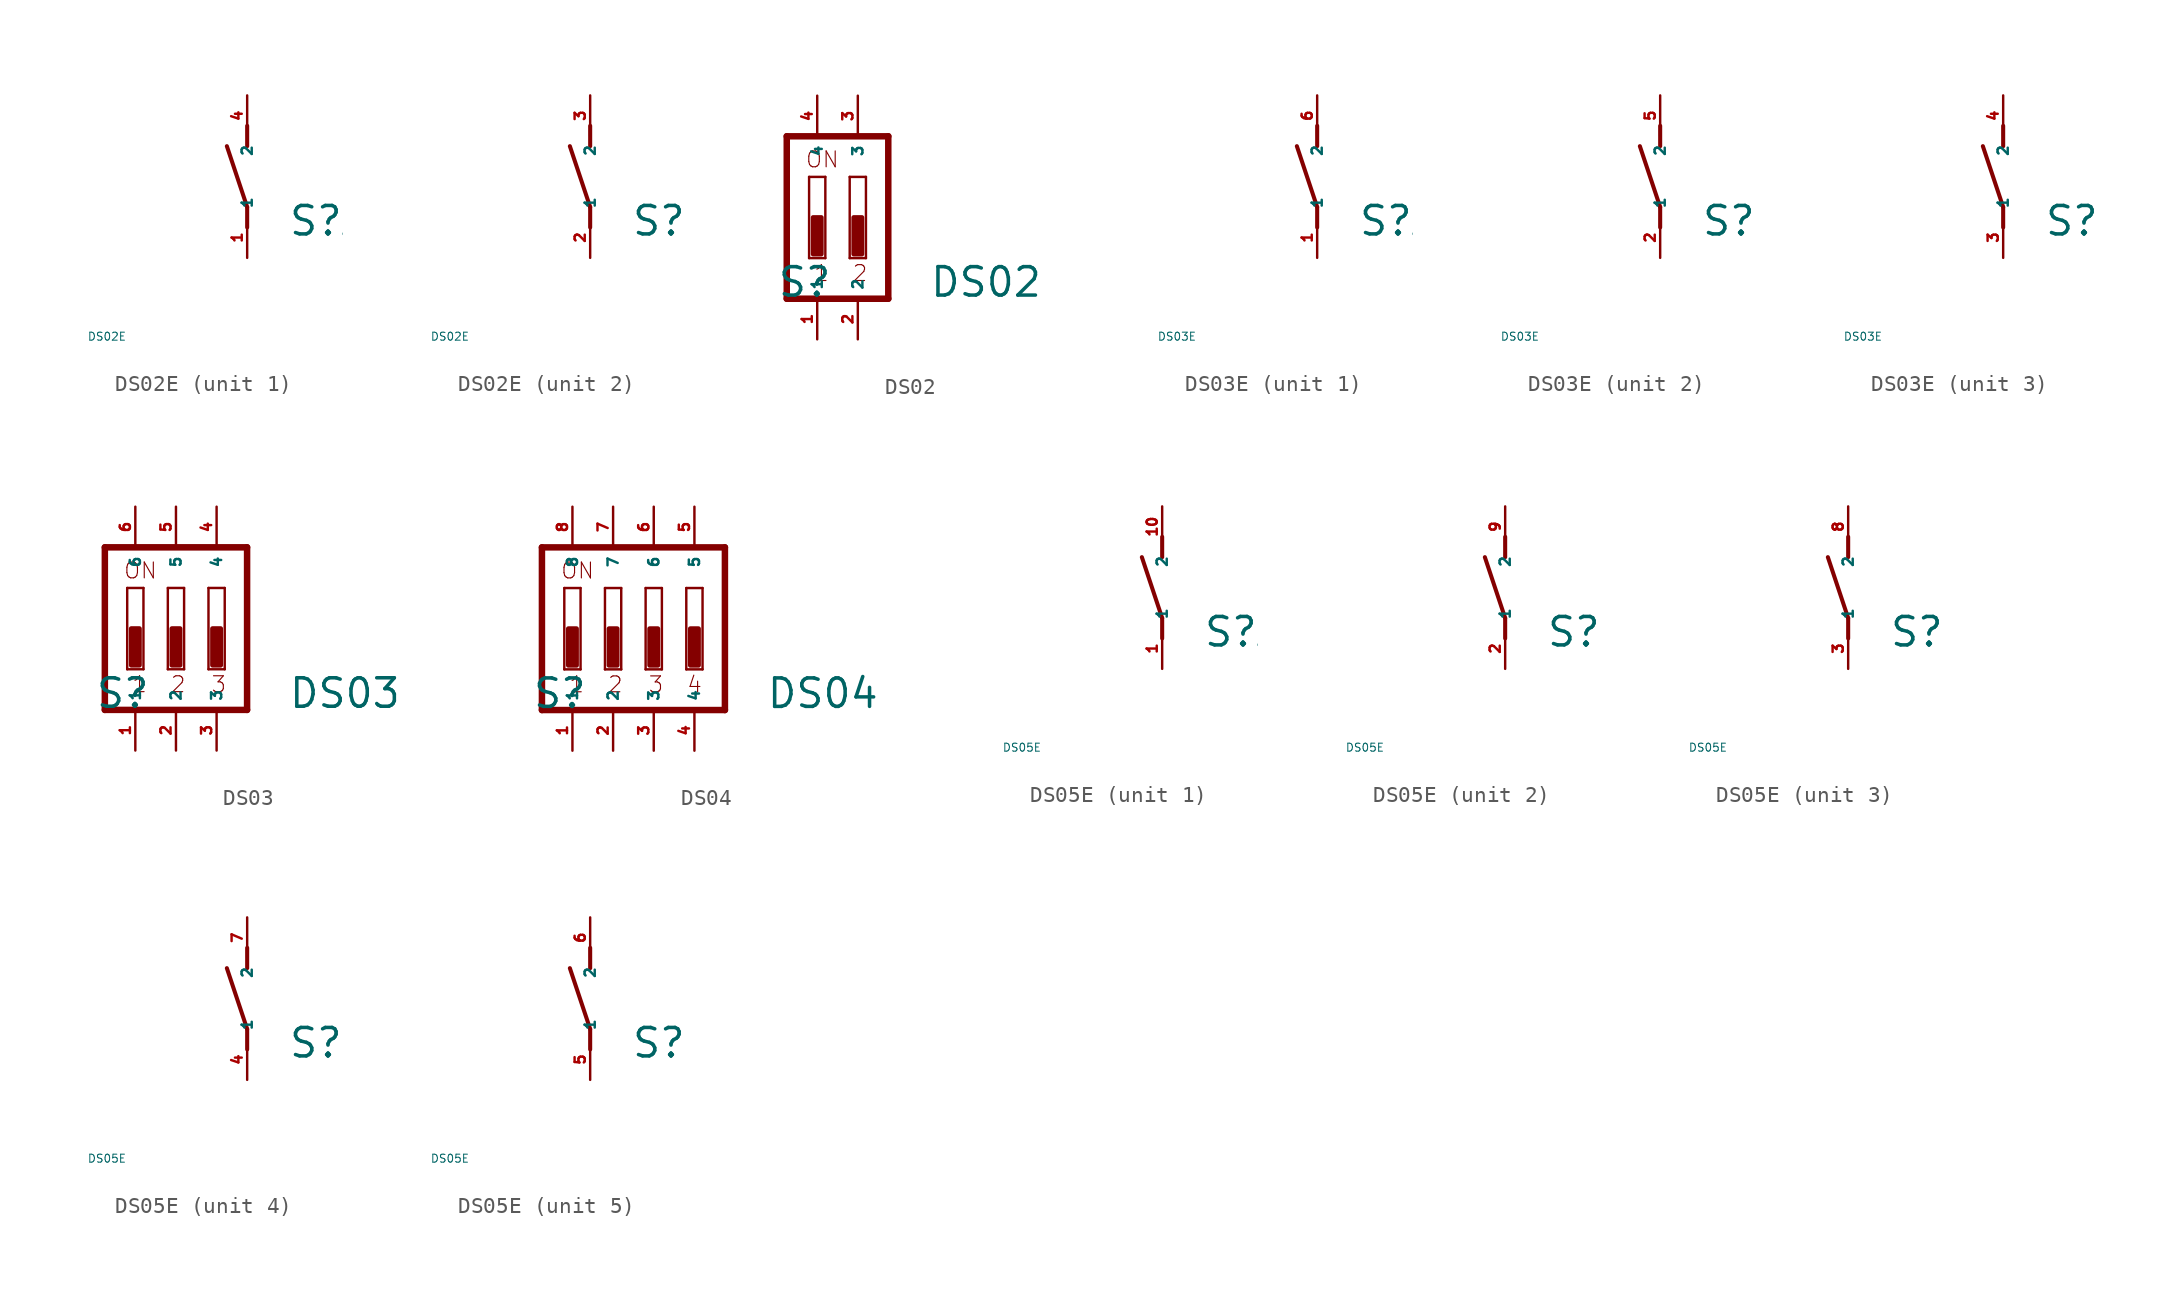
<source format=kicad_sym>
(kicad_symbol_lib
  (version 20220914)
  (generator Eagle2Kicad)
  (symbol "DS02E"
    (property "Reference" "S"
      (at 2.54 -3.81 0)
      (effects (font (size 1.778 1.778) (thickness 0.22)) (justify left bottom)))
    (property "Value" "DS02E"
      (at -10 -10 0)
      (effects (font (size 0.5 0.5) (thickness 0.06)) (justify left)))
    (symbol "DS02E_1_0"
      (polyline (pts (xy 0 -3.175) (xy 0 -1.905)) (stroke (width 0.254) (type default)) (fill (type none)))
      (polyline (pts (xy 0 -1.905) (xy -1.27 1.905)) (stroke (width 0.254) (type default)) (fill (type none)))
      (polyline (pts (xy 0 1.905) (xy 0 3.175)) (stroke (width 0.254) (type default)) (fill (type none)))
      (pin passive line (at 0 -5.08 90) (length 2.54) (name "1" (effects (font (size 0.635 0.635) (thickness 0.08)) (justify left bottom))) (number "1" (effects (font (size 0.635 0.635) (thickness 0.08)) (justify left bottom))))
      (pin passive line (at 0 5.08 270) (length 2.54) (name "2" (effects (font (size 0.635 0.635) (thickness 0.08)) (justify left bottom))) (number "4" (effects (font (size 0.635 0.635) (thickness 0.08)) (justify left bottom)))))
    (symbol "DS02E_2_0"
      (polyline (pts (xy 0 -3.175) (xy 0 -1.905)) (stroke (width 0.254) (type default)) (fill (type none)))
      (polyline (pts (xy 0 -1.905) (xy -1.27 1.905)) (stroke (width 0.254) (type default)) (fill (type none)))
      (polyline (pts (xy 0 1.905) (xy 0 3.175)) (stroke (width 0.254) (type default)) (fill (type none)))
      (pin passive line (at 0 -5.08 90) (length 2.54) (name "1" (effects (font (size 0.635 0.635) (thickness 0.08)) (justify left bottom))) (number "2" (effects (font (size 0.635 0.635) (thickness 0.08)) (justify left bottom))))
      (pin passive line (at 0 5.08 270) (length 2.54) (name "2" (effects (font (size 0.635 0.635) (thickness 0.08)) (justify left bottom))) (number "3" (effects (font (size 0.635 0.635) (thickness 0.08)) (justify left bottom))))))
  (symbol "DS02"
    (property "Reference" "S"
      (at -2.54 -5.08 0)
      (effects (font (size 1.778 1.778) (thickness 0.22)) (justify left bottom)))
    (property "Value" "DS02"
      (at 6.985 -5.08 0)
      (effects (font (size 1.778 1.778) (thickness 0.22)) (justify left bottom)))
    (polyline
      (pts (xy -1.905 5.08) (xy -1.905 -5.08))
      (stroke (width 0.406) (type default))
      (fill (type none)))
    (polyline
      (pts (xy -1.905 5.08) (xy 4.445 5.08))
      (stroke (width 0.406) (type default))
      (fill (type none)))
    (polyline
      (pts (xy 4.445 -5.08) (xy 4.445 5.08))
      (stroke (width 0.406) (type default))
      (fill (type none)))
    (polyline
      (pts (xy 4.445 -5.08) (xy -1.905 -5.08))
      (stroke (width 0.406) (type default))
      (fill (type none)))
    (polyline
      (pts (xy 0.508 -2.54) (xy -0.508 -2.54))
      (stroke (width 0.152) (type default))
      (fill (type none)))
    (polyline
      (pts (xy -0.508 2.54) (xy 0.508 2.54))
      (stroke (width 0.152) (type default))
      (fill (type none)))
    (polyline
      (pts (xy 0.508 2.54) (xy 0.508 -2.54))
      (stroke (width 0.152) (type default))
      (fill (type none)))
    (polyline
      (pts (xy -0.508 -2.54) (xy -0.508 2.54))
      (stroke (width 0.152) (type default))
      (fill (type none)))
    (polyline
      (pts (xy 3.048 -2.54) (xy 2.032 -2.54))
      (stroke (width 0.152) (type default))
      (fill (type none)))
    (polyline
      (pts (xy 2.032 2.54) (xy 3.048 2.54))
      (stroke (width 0.152) (type default))
      (fill (type none)))
    (polyline
      (pts (xy 3.048 2.54) (xy 3.048 -2.54))
      (stroke (width 0.152) (type default))
      (fill (type none)))
    (polyline
      (pts (xy 2.032 -2.54) (xy 2.032 2.54))
      (stroke (width 0.152) (type default))
      (fill (type none)))
    (text "1"
      (at -0.254 -4.064 0)
      (effects (font (size 0.991 0.991) (thickness 0.07)) (justify left bottom)))
    (text "2"
      (at 2.159 -4.064 0)
      (effects (font (size 0.991 0.991) (thickness 0.07)) (justify left bottom)))
    (text "ON"
      (at -0.762 3.048 0)
      (effects (font (size 0.991 0.991) (thickness 0.07)) (justify left bottom)))
    (rectangle
      (start -0.254 -2.286)
      (end 0.254 0)
      (stroke (width 0.3) (type default))
      (fill (type outline)))
    (rectangle
      (start 2.286 -2.286)
      (end 2.794 0)
      (stroke (width 0.3) (type default))
      (fill (type outline)))
    (pin passive line
      (at 2.54 7.62 270)
      (length 2.54)
      (name "3" (effects (font (size 0.635 0.635) (thickness 0.08)) (justify left bottom)))
      (number "3" (effects (font (size 0.635 0.635) (thickness 0.08)) (justify left bottom))))
    (pin passive line
      (at 0 7.62 270)
      (length 2.54)
      (name "4" (effects (font (size 0.635 0.635) (thickness 0.08)) (justify left bottom)))
      (number "4" (effects (font (size 0.635 0.635) (thickness 0.08)) (justify left bottom))))
    (pin passive line
      (at 0 -7.62 90)
      (length 2.54)
      (name "1" (effects (font (size 0.635 0.635) (thickness 0.08)) (justify left bottom)))
      (number "1" (effects (font (size 0.635 0.635) (thickness 0.08)) (justify left bottom))))
    (pin passive line
      (at 2.54 -7.62 90)
      (length 2.54)
      (name "2" (effects (font (size 0.635 0.635) (thickness 0.08)) (justify left bottom)))
      (number "2" (effects (font (size 0.635 0.635) (thickness 0.08)) (justify left bottom)))))
  (symbol "DS03E"
    (property "Reference" "S"
      (at 2.54 -3.81 0)
      (effects (font (size 1.778 1.778) (thickness 0.22)) (justify left bottom)))
    (property "Value" "DS03E"
      (at -10 -10 0)
      (effects (font (size 0.5 0.5) (thickness 0.06)) (justify left)))
    (symbol "DS03E_1_0"
      (polyline (pts (xy 0 -3.175) (xy 0 -1.905)) (stroke (width 0.254) (type default)) (fill (type none)))
      (polyline (pts (xy 0 -1.905) (xy -1.27 1.905)) (stroke (width 0.254) (type default)) (fill (type none)))
      (polyline (pts (xy 0 1.905) (xy 0 3.175)) (stroke (width 0.254) (type default)) (fill (type none)))
      (pin passive line (at 0 -5.08 90) (length 2.54) (name "1" (effects (font (size 0.635 0.635) (thickness 0.08)) (justify left bottom))) (number "1" (effects (font (size 0.635 0.635) (thickness 0.08)) (justify left bottom))))
      (pin passive line (at 0 5.08 270) (length 2.54) (name "2" (effects (font (size 0.635 0.635) (thickness 0.08)) (justify left bottom))) (number "6" (effects (font (size 0.635 0.635) (thickness 0.08)) (justify left bottom)))))
    (symbol "DS03E_2_0"
      (polyline (pts (xy 0 -3.175) (xy 0 -1.905)) (stroke (width 0.254) (type default)) (fill (type none)))
      (polyline (pts (xy 0 -1.905) (xy -1.27 1.905)) (stroke (width 0.254) (type default)) (fill (type none)))
      (polyline (pts (xy 0 1.905) (xy 0 3.175)) (stroke (width 0.254) (type default)) (fill (type none)))
      (pin passive line (at 0 -5.08 90) (length 2.54) (name "1" (effects (font (size 0.635 0.635) (thickness 0.08)) (justify left bottom))) (number "2" (effects (font (size 0.635 0.635) (thickness 0.08)) (justify left bottom))))
      (pin passive line (at 0 5.08 270) (length 2.54) (name "2" (effects (font (size 0.635 0.635) (thickness 0.08)) (justify left bottom))) (number "5" (effects (font (size 0.635 0.635) (thickness 0.08)) (justify left bottom)))))
    (symbol "DS03E_3_0"
      (polyline (pts (xy 0 -3.175) (xy 0 -1.905)) (stroke (width 0.254) (type default)) (fill (type none)))
      (polyline (pts (xy 0 -1.905) (xy -1.27 1.905)) (stroke (width 0.254) (type default)) (fill (type none)))
      (polyline (pts (xy 0 1.905) (xy 0 3.175)) (stroke (width 0.254) (type default)) (fill (type none)))
      (pin passive line (at 0 -5.08 90) (length 2.54) (name "1" (effects (font (size 0.635 0.635) (thickness 0.08)) (justify left bottom))) (number "3" (effects (font (size 0.635 0.635) (thickness 0.08)) (justify left bottom))))
      (pin passive line (at 0 5.08 270) (length 2.54) (name "2" (effects (font (size 0.635 0.635) (thickness 0.08)) (justify left bottom))) (number "4" (effects (font (size 0.635 0.635) (thickness 0.08)) (justify left bottom))))))
  (symbol "DS03"
    (property "Reference" "S"
      (at -5.08 -5.08 0)
      (effects (font (size 1.778 1.778) (thickness 0.22)) (justify left bottom)))
    (property "Value" "DS03"
      (at 6.985 -5.08 0)
      (effects (font (size 1.778 1.778) (thickness 0.22)) (justify left bottom)))
    (polyline
      (pts (xy 4.445 5.08) (xy 4.445 -5.08))
      (stroke (width 0.406) (type default))
      (fill (type none)))
    (polyline
      (pts (xy 4.445 5.08) (xy -4.445 5.08))
      (stroke (width 0.406) (type default))
      (fill (type none)))
    (polyline
      (pts (xy -4.445 5.08) (xy -4.445 -5.08))
      (stroke (width 0.406) (type default))
      (fill (type none)))
    (polyline
      (pts (xy -4.445 -5.08) (xy 4.445 -5.08))
      (stroke (width 0.406) (type default))
      (fill (type none)))
    (polyline
      (pts (xy -2.032 -2.54) (xy -3.048 -2.54))
      (stroke (width 0.152) (type default))
      (fill (type none)))
    (polyline
      (pts (xy -3.048 2.54) (xy -2.032 2.54))
      (stroke (width 0.152) (type default))
      (fill (type none)))
    (polyline
      (pts (xy -2.032 2.54) (xy -2.032 -2.54))
      (stroke (width 0.152) (type default))
      (fill (type none)))
    (polyline
      (pts (xy -3.048 -2.54) (xy -3.048 2.54))
      (stroke (width 0.152) (type default))
      (fill (type none)))
    (polyline
      (pts (xy 0.508 -2.54) (xy -0.508 -2.54))
      (stroke (width 0.152) (type default))
      (fill (type none)))
    (polyline
      (pts (xy -0.508 2.54) (xy 0.508 2.54))
      (stroke (width 0.152) (type default))
      (fill (type none)))
    (polyline
      (pts (xy 0.508 2.54) (xy 0.508 -2.54))
      (stroke (width 0.152) (type default))
      (fill (type none)))
    (polyline
      (pts (xy -0.508 -2.54) (xy -0.508 2.54))
      (stroke (width 0.152) (type default))
      (fill (type none)))
    (polyline
      (pts (xy 3.048 -2.54) (xy 2.032 -2.54))
      (stroke (width 0.152) (type default))
      (fill (type none)))
    (polyline
      (pts (xy 2.032 2.54) (xy 3.048 2.54))
      (stroke (width 0.152) (type default))
      (fill (type none)))
    (polyline
      (pts (xy 3.048 2.54) (xy 3.048 -2.54))
      (stroke (width 0.152) (type default))
      (fill (type none)))
    (polyline
      (pts (xy 2.032 -2.54) (xy 2.032 2.54))
      (stroke (width 0.152) (type default))
      (fill (type none)))
    (text "1"
      (at -2.794 -4.064 0)
      (effects (font (size 0.991 0.991) (thickness 0.07)) (justify left bottom)))
    (text "2"
      (at -0.381 -4.064 0)
      (effects (font (size 0.991 0.991) (thickness 0.07)) (justify left bottom)))
    (text "3"
      (at 2.159 -4.064 0)
      (effects (font (size 0.991 0.991) (thickness 0.07)) (justify left bottom)))
    (text "ON"
      (at -3.302 3.048 0)
      (effects (font (size 0.991 0.991) (thickness 0.07)) (justify left bottom)))
    (rectangle
      (start -2.794 -2.286)
      (end -2.286 0)
      (stroke (width 0.3) (type default))
      (fill (type outline)))
    (rectangle
      (start -0.254 -2.286)
      (end 0.254 0)
      (stroke (width 0.3) (type default))
      (fill (type outline)))
    (rectangle
      (start 2.286 -2.286)
      (end 2.794 0)
      (stroke (width 0.3) (type default))
      (fill (type outline)))
    (pin passive line
      (at 2.54 7.62 270)
      (length 2.54)
      (name "4" (effects (font (size 0.635 0.635) (thickness 0.08)) (justify left bottom)))
      (number "4" (effects (font (size 0.635 0.635) (thickness 0.08)) (justify left bottom))))
    (pin passive line
      (at 0 7.62 270)
      (length 2.54)
      (name "5" (effects (font (size 0.635 0.635) (thickness 0.08)) (justify left bottom)))
      (number "5" (effects (font (size 0.635 0.635) (thickness 0.08)) (justify left bottom))))
    (pin passive line
      (at -2.54 7.62 270)
      (length 2.54)
      (name "6" (effects (font (size 0.635 0.635) (thickness 0.08)) (justify left bottom)))
      (number "6" (effects (font (size 0.635 0.635) (thickness 0.08)) (justify left bottom))))
    (pin passive line
      (at -2.54 -7.62 90)
      (length 2.54)
      (name "1" (effects (font (size 0.635 0.635) (thickness 0.08)) (justify left bottom)))
      (number "1" (effects (font (size 0.635 0.635) (thickness 0.08)) (justify left bottom))))
    (pin passive line
      (at 0 -7.62 90)
      (length 2.54)
      (name "2" (effects (font (size 0.635 0.635) (thickness 0.08)) (justify left bottom)))
      (number "2" (effects (font (size 0.635 0.635) (thickness 0.08)) (justify left bottom))))
    (pin passive line
      (at 2.54 -7.62 90)
      (length 2.54)
      (name "3" (effects (font (size 0.635 0.635) (thickness 0.08)) (justify left bottom)))
      (number "3" (effects (font (size 0.635 0.635) (thickness 0.08)) (justify left bottom)))))
  (symbol "DS04"
    (property "Reference" "S"
      (at -5.08 -5.08 0)
      (effects (font (size 1.778 1.778) (thickness 0.22)) (justify left bottom)))
    (property "Value" "DS04"
      (at 9.525 -5.08 0)
      (effects (font (size 1.778 1.778) (thickness 0.22)) (justify left bottom)))
    (polyline
      (pts (xy 6.985 5.08) (xy -4.445 5.08))
      (stroke (width 0.406) (type default))
      (fill (type none)))
    (polyline
      (pts (xy -4.445 5.08) (xy -4.445 -5.08))
      (stroke (width 0.406) (type default))
      (fill (type none)))
    (polyline
      (pts (xy -4.445 -5.08) (xy 6.985 -5.08))
      (stroke (width 0.406) (type default))
      (fill (type none)))
    (polyline
      (pts (xy 6.985 -5.08) (xy 6.985 5.08))
      (stroke (width 0.406) (type default))
      (fill (type none)))
    (polyline
      (pts (xy -2.032 -2.54) (xy -3.048 -2.54))
      (stroke (width 0.152) (type default))
      (fill (type none)))
    (polyline
      (pts (xy -3.048 2.54) (xy -2.032 2.54))
      (stroke (width 0.152) (type default))
      (fill (type none)))
    (polyline
      (pts (xy -2.032 2.54) (xy -2.032 -2.54))
      (stroke (width 0.152) (type default))
      (fill (type none)))
    (polyline
      (pts (xy -3.048 -2.54) (xy -3.048 2.54))
      (stroke (width 0.152) (type default))
      (fill (type none)))
    (polyline
      (pts (xy 0.508 -2.54) (xy -0.508 -2.54))
      (stroke (width 0.152) (type default))
      (fill (type none)))
    (polyline
      (pts (xy -0.508 2.54) (xy 0.508 2.54))
      (stroke (width 0.152) (type default))
      (fill (type none)))
    (polyline
      (pts (xy 0.508 2.54) (xy 0.508 -2.54))
      (stroke (width 0.152) (type default))
      (fill (type none)))
    (polyline
      (pts (xy -0.508 -2.54) (xy -0.508 2.54))
      (stroke (width 0.152) (type default))
      (fill (type none)))
    (polyline
      (pts (xy 3.048 -2.54) (xy 2.032 -2.54))
      (stroke (width 0.152) (type default))
      (fill (type none)))
    (polyline
      (pts (xy 2.032 2.54) (xy 3.048 2.54))
      (stroke (width 0.152) (type default))
      (fill (type none)))
    (polyline
      (pts (xy 3.048 2.54) (xy 3.048 -2.54))
      (stroke (width 0.152) (type default))
      (fill (type none)))
    (polyline
      (pts (xy 2.032 -2.54) (xy 2.032 2.54))
      (stroke (width 0.152) (type default))
      (fill (type none)))
    (polyline
      (pts (xy 5.588 -2.54) (xy 4.572 -2.54))
      (stroke (width 0.152) (type default))
      (fill (type none)))
    (polyline
      (pts (xy 4.572 2.54) (xy 5.588 2.54))
      (stroke (width 0.152) (type default))
      (fill (type none)))
    (polyline
      (pts (xy 5.588 2.54) (xy 5.588 -2.54))
      (stroke (width 0.152) (type default))
      (fill (type none)))
    (polyline
      (pts (xy 4.572 -2.54) (xy 4.572 2.54))
      (stroke (width 0.152) (type default))
      (fill (type none)))
    (text "1"
      (at -2.794 -4.064 0)
      (effects (font (size 0.991 0.991) (thickness 0.07)) (justify left bottom)))
    (text "2"
      (at -0.381 -4.064 0)
      (effects (font (size 0.991 0.991) (thickness 0.07)) (justify left bottom)))
    (text "3"
      (at 2.159 -4.064 0)
      (effects (font (size 0.991 0.991) (thickness 0.07)) (justify left bottom)))
    (text "4"
      (at 4.572 -4.064 0)
      (effects (font (size 0.991 0.991) (thickness 0.07)) (justify left bottom)))
    (text "ON"
      (at -3.302 3.048 0)
      (effects (font (size 0.991 0.991) (thickness 0.07)) (justify left bottom)))
    (rectangle
      (start -2.794 -2.286)
      (end -2.286 0)
      (stroke (width 0.3) (type default))
      (fill (type outline)))
    (rectangle
      (start -0.254 -2.286)
      (end 0.254 0)
      (stroke (width 0.3) (type default))
      (fill (type outline)))
    (rectangle
      (start 2.286 -2.286)
      (end 2.794 0)
      (stroke (width 0.3) (type default))
      (fill (type outline)))
    (rectangle
      (start 4.826 -2.286)
      (end 5.334 0)
      (stroke (width 0.3) (type default))
      (fill (type outline)))
    (pin passive line
      (at 5.08 7.62 270)
      (length 2.54)
      (name "5" (effects (font (size 0.635 0.635) (thickness 0.08)) (justify left bottom)))
      (number "5" (effects (font (size 0.635 0.635) (thickness 0.08)) (justify left bottom))))
    (pin passive line
      (at 2.54 7.62 270)
      (length 2.54)
      (name "6" (effects (font (size 0.635 0.635) (thickness 0.08)) (justify left bottom)))
      (number "6" (effects (font (size 0.635 0.635) (thickness 0.08)) (justify left bottom))))
    (pin passive line
      (at 0 7.62 270)
      (length 2.54)
      (name "7" (effects (font (size 0.635 0.635) (thickness 0.08)) (justify left bottom)))
      (number "7" (effects (font (size 0.635 0.635) (thickness 0.08)) (justify left bottom))))
    (pin passive line
      (at -2.54 7.62 270)
      (length 2.54)
      (name "8" (effects (font (size 0.635 0.635) (thickness 0.08)) (justify left bottom)))
      (number "8" (effects (font (size 0.635 0.635) (thickness 0.08)) (justify left bottom))))
    (pin passive line
      (at -2.54 -7.62 90)
      (length 2.54)
      (name "1" (effects (font (size 0.635 0.635) (thickness 0.08)) (justify left bottom)))
      (number "1" (effects (font (size 0.635 0.635) (thickness 0.08)) (justify left bottom))))
    (pin passive line
      (at 0 -7.62 90)
      (length 2.54)
      (name "2" (effects (font (size 0.635 0.635) (thickness 0.08)) (justify left bottom)))
      (number "2" (effects (font (size 0.635 0.635) (thickness 0.08)) (justify left bottom))))
    (pin passive line
      (at 2.54 -7.62 90)
      (length 2.54)
      (name "3" (effects (font (size 0.635 0.635) (thickness 0.08)) (justify left bottom)))
      (number "3" (effects (font (size 0.635 0.635) (thickness 0.08)) (justify left bottom))))
    (pin passive line
      (at 5.08 -7.62 90)
      (length 2.54)
      (name "4" (effects (font (size 0.635 0.635) (thickness 0.08)) (justify left bottom)))
      (number "4" (effects (font (size 0.635 0.635) (thickness 0.08)) (justify left bottom)))))
  (symbol "DS05E"
    (property "Reference" "S"
      (at 2.54 -3.81 0)
      (effects (font (size 1.778 1.778) (thickness 0.22)) (justify left bottom)))
    (property "Value" "DS05E"
      (at -10 -10 0)
      (effects (font (size 0.5 0.5) (thickness 0.06)) (justify left)))
    (symbol "DS05E_1_0"
      (polyline (pts (xy 0 -3.175) (xy 0 -1.905)) (stroke (width 0.254) (type default)) (fill (type none)))
      (polyline (pts (xy 0 -1.905) (xy -1.27 1.905)) (stroke (width 0.254) (type default)) (fill (type none)))
      (polyline (pts (xy 0 1.905) (xy 0 3.175)) (stroke (width 0.254) (type default)) (fill (type none)))
      (pin passive line (at 0 -5.08 90) (length 2.54) (name "1" (effects (font (size 0.635 0.635) (thickness 0.08)) (justify left bottom))) (number "1" (effects (font (size 0.635 0.635) (thickness 0.08)) (justify left bottom))))
      (pin passive line (at 0 5.08 270) (length 2.54) (name "2" (effects (font (size 0.635 0.635) (thickness 0.08)) (justify left bottom))) (number "10" (effects (font (size 0.635 0.635) (thickness 0.08)) (justify left bottom)))))
    (symbol "DS05E_2_0"
      (polyline (pts (xy 0 -3.175) (xy 0 -1.905)) (stroke (width 0.254) (type default)) (fill (type none)))
      (polyline (pts (xy 0 -1.905) (xy -1.27 1.905)) (stroke (width 0.254) (type default)) (fill (type none)))
      (polyline (pts (xy 0 1.905) (xy 0 3.175)) (stroke (width 0.254) (type default)) (fill (type none)))
      (pin passive line (at 0 -5.08 90) (length 2.54) (name "1" (effects (font (size 0.635 0.635) (thickness 0.08)) (justify left bottom))) (number "2" (effects (font (size 0.635 0.635) (thickness 0.08)) (justify left bottom))))
      (pin passive line (at 0 5.08 270) (length 2.54) (name "2" (effects (font (size 0.635 0.635) (thickness 0.08)) (justify left bottom))) (number "9" (effects (font (size 0.635 0.635) (thickness 0.08)) (justify left bottom)))))
    (symbol "DS05E_3_0"
      (polyline (pts (xy 0 -3.175) (xy 0 -1.905)) (stroke (width 0.254) (type default)) (fill (type none)))
      (polyline (pts (xy 0 -1.905) (xy -1.27 1.905)) (stroke (width 0.254) (type default)) (fill (type none)))
      (polyline (pts (xy 0 1.905) (xy 0 3.175)) (stroke (width 0.254) (type default)) (fill (type none)))
      (pin passive line (at 0 -5.08 90) (length 2.54) (name "1" (effects (font (size 0.635 0.635) (thickness 0.08)) (justify left bottom))) (number "3" (effects (font (size 0.635 0.635) (thickness 0.08)) (justify left bottom))))
      (pin passive line (at 0 5.08 270) (length 2.54) (name "2" (effects (font (size 0.635 0.635) (thickness 0.08)) (justify left bottom))) (number "8" (effects (font (size 0.635 0.635) (thickness 0.08)) (justify left bottom)))))
    (symbol "DS05E_4_0"
      (polyline (pts (xy 0 -3.175) (xy 0 -1.905)) (stroke (width 0.254) (type default)) (fill (type none)))
      (polyline (pts (xy 0 -1.905) (xy -1.27 1.905)) (stroke (width 0.254) (type default)) (fill (type none)))
      (polyline (pts (xy 0 1.905) (xy 0 3.175)) (stroke (width 0.254) (type default)) (fill (type none)))
      (pin passive line (at 0 -5.08 90) (length 2.54) (name "1" (effects (font (size 0.635 0.635) (thickness 0.08)) (justify left bottom))) (number "4" (effects (font (size 0.635 0.635) (thickness 0.08)) (justify left bottom))))
      (pin passive line (at 0 5.08 270) (length 2.54) (name "2" (effects (font (size 0.635 0.635) (thickness 0.08)) (justify left bottom))) (number "7" (effects (font (size 0.635 0.635) (thickness 0.08)) (justify left bottom)))))
    (symbol "DS05E_5_0"
      (polyline (pts (xy 0 -3.175) (xy 0 -1.905)) (stroke (width 0.254) (type default)) (fill (type none)))
      (polyline (pts (xy 0 -1.905) (xy -1.27 1.905)) (stroke (width 0.254) (type default)) (fill (type none)))
      (polyline (pts (xy 0 1.905) (xy 0 3.175)) (stroke (width 0.254) (type default)) (fill (type none)))
      (pin passive line (at 0 -5.08 90) (length 2.54) (name "1" (effects (font (size 0.635 0.635) (thickness 0.08)) (justify left bottom))) (number "5" (effects (font (size 0.635 0.635) (thickness 0.08)) (justify left bottom))))
      (pin passive line (at 0 5.08 270) (length 2.54) (name "2" (effects (font (size 0.635 0.635) (thickness 0.08)) (justify left bottom))) (number "6" (effects (font (size 0.635 0.635) (thickness 0.08)) (justify left bottom)))))))
</source>
